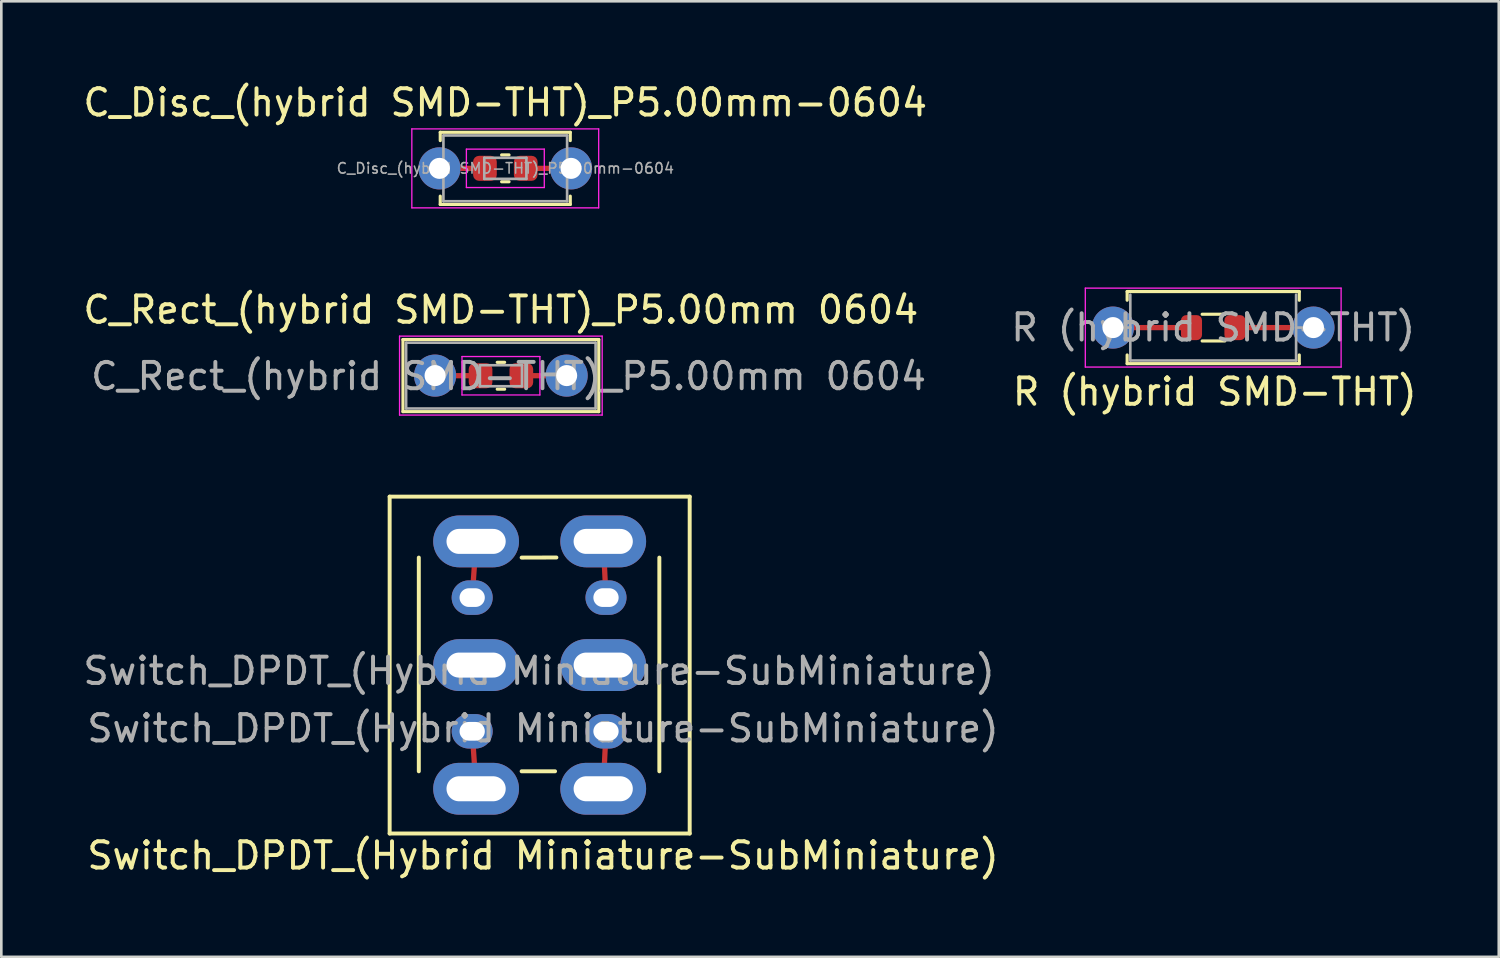
<source format=kicad_pcb>
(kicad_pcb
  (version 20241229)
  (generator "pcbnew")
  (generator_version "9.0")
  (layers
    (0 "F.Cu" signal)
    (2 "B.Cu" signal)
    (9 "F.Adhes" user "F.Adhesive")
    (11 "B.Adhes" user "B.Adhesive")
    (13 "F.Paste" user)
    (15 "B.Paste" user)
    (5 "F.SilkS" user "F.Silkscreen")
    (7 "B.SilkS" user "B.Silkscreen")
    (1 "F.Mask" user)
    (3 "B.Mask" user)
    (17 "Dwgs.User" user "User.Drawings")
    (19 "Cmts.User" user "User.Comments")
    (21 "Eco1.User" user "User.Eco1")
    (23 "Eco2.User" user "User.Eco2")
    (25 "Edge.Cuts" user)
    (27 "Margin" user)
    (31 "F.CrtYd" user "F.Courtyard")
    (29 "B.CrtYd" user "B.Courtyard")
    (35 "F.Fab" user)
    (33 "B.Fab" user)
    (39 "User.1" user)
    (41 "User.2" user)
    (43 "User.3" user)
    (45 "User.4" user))
  (footprint "Switch_DPDT_(Hybrid Miniature-SubMiniature)"
    (layer "F.Cu")
    (at 15.044 26.922)
    (property "Reference" "Switch_DPDT_(Hybrid Miniature-SubMiniature)" (at 2.54 2.54 180) (layer "F.SilkS") (effects (font (size 1 1) (thickness 0.15))))
    (attr through_hole)
    (fp_line (start -0.152 -7.264) (end -0.003 -9.4) (stroke (width 0.2) (type solid)) (layer "F.Cu"))
    (fp_line (start -0.003 0) (end -0.152 -2.184) (stroke (width 0.2) (type solid)) (layer "F.Cu"))
    (fp_line (start 4.827 0) (end 4.933 -2.184) (stroke (width 0.2) (type solid)) (layer "F.Cu"))
    (fp_line (start 4.933 -7.264) (end 4.827 -9.4) (stroke (width 0.2) (type solid)) (layer "F.Cu"))
    (fp_line (start -3.288 -11.1) (end -3.288 1.7) (stroke (width 0.15) (type solid)) (layer "F.SilkS"))
    (fp_line (start -3.288 -11.1) (end 8.113 -11.1) (stroke (width 0.15) (type solid)) (layer "F.SilkS"))
    (fp_line (start -3.288 1.7) (end 8.113 1.7) (stroke (width 0.15) (type solid)) (layer "F.SilkS"))
    (fp_line (start -2.18 -8.784) (end -2.18 -0.664) (stroke (width 0.15) (type solid)) (layer "F.SilkS"))
    (fp_line (start 1.727 -8.784) (end 3.048 -8.788) (stroke (width 0.15) (type solid)) (layer "F.SilkS"))
    (fp_line (start 1.727 -0.664) (end 2.997 -0.664) (stroke (width 0.15) (type solid)) (layer "F.SilkS"))
    (fp_line (start 6.96 -8.784) (end 6.96 -0.664) (stroke (width 0.15) (type solid)) (layer "F.SilkS"))
    (fp_line (start 8.113 -11.1) (end 8.113 1.7) (stroke (width 0.15) (type solid)) (layer "F.SilkS"))
    (fp_text user "${REFERENCE}" (at 2.39 -4.476 180) (layer "F.Fab") (effects (font (size 1 1) (thickness 0.15))))
    (fp_text user "${REFERENCE}" (at 2.54 -2.291 180) (layer "F.Fab") (effects (font (size 1 1) (thickness 0.15))))
    (pad "1" thru_hole oval (at -0.152 -2.184 90) (size 1.31 1.56) (drill oval 0.71 0.96) (layers "*.Cu" "*.Mask"))
    (pad "1" thru_hole oval (at -0.003 0 90) (size 1.97 3.26) (drill oval 0.95 2.25) (layers "*.Cu" "*.Mask"))
    (pad "2" thru_hole oval (at -0.003 -4.7 90) (size 1.97 3.26) (drill oval 0.95 2.25) (layers "*.Cu" "*.Mask"))
    (pad "3" thru_hole oval (at -0.152 -7.264 90) (size 1.31 1.56) (drill oval 0.71 0.96) (layers "*.Cu" "*.Mask"))
    (pad "3" thru_hole oval (at -0.003 -9.4 90) (size 1.97 3.26) (drill oval 0.95 2.25) (layers "*.Cu" "*.Mask"))
    (pad "4" thru_hole oval (at 4.827 0 90) (size 1.97 3.26) (drill oval 0.95 2.25) (layers "*.Cu" "*.Mask"))
    (pad "4" thru_hole oval (at 4.933 -2.184 90) (size 1.31 1.56) (drill oval 0.71 0.96) (layers "*.Cu" "*.Mask"))
    (pad "5" thru_hole oval (at 4.827 -4.7 90) (size 1.97 3.26) (drill oval 0.95 2.25) (layers "*.Cu" "*.Mask"))
    (pad "6" thru_hole oval (at 4.827 -9.4 90) (size 1.97 3.26) (drill oval 0.95 2.25) (layers "*.Cu" "*.Mask"))
    (pad "6" thru_hole oval (at 4.933 -7.264 90) (size 1.31 1.56) (drill oval 0.71 0.96) (layers "*.Cu" "*.Mask")))
  (footprint "C_Disc_(hybrid SMD-THT)_P5.00mm-0604"
    (layer "F.Cu")
    (at 13.649 3.348)
    (property "Reference" "C_Disc_(hybrid SMD-THT)_P5.00mm-0604" (at 2.5 -2.5 0) (layer "F.SilkS") (effects (font (size 1 1) (thickness 0.15))))
    (attr through_hole)
    (fp_line (start 0 0) (end 1.728 -0.002) (stroke (width 0.2) (type solid)) (layer "F.Cu"))
    (fp_line (start 3.278 -0.002) (end 5 0) (stroke (width 0.2) (type solid)) (layer "F.Cu"))
    (fp_line (start 0.03 -1.37) (end 0.03 -1.055) (stroke (width 0.12) (type solid)) (layer "F.SilkS"))
    (fp_line (start 0.03 -1.37) (end 4.97 -1.37) (stroke (width 0.12) (type solid)) (layer "F.SilkS"))
    (fp_line (start 0.03 1.055) (end 0.03 1.37) (stroke (width 0.12) (type solid)) (layer "F.SilkS"))
    (fp_line (start 0.03 1.37) (end 4.97 1.37) (stroke (width 0.12) (type solid)) (layer "F.SilkS"))
    (fp_line (start 2.362 -0.512) (end 2.643 -0.512) (stroke (width 0.12) (type solid)) (layer "F.SilkS"))
    (fp_line (start 2.362 0.508) (end 2.643 0.508) (stroke (width 0.12) (type solid)) (layer "F.SilkS"))
    (fp_line (start 4.97 -1.37) (end 4.97 -1.055) (stroke (width 0.12) (type solid)) (layer "F.SilkS"))
    (fp_line (start 4.97 1.055) (end 4.97 1.37) (stroke (width 0.12) (type solid)) (layer "F.SilkS"))
    (fp_line (start -1.05 -1.5) (end -1.05 1.5) (stroke (width 0.05) (type solid)) (layer "F.CrtYd"))
    (fp_line (start -1.05 1.5) (end 6.05 1.5) (stroke (width 0.05) (type solid)) (layer "F.CrtYd"))
    (fp_line (start 1.023 -0.732) (end 3.983 -0.732) (stroke (width 0.05) (type solid)) (layer "F.CrtYd"))
    (fp_line (start 1.023 0.728) (end 1.023 -0.732) (stroke (width 0.05) (type solid)) (layer "F.CrtYd"))
    (fp_line (start 3.983 -0.732) (end 3.983 0.728) (stroke (width 0.05) (type solid)) (layer "F.CrtYd"))
    (fp_line (start 3.983 0.728) (end 1.023 0.728) (stroke (width 0.05) (type solid)) (layer "F.CrtYd"))
    (fp_line (start 6.05 -1.5) (end -1.05 -1.5) (stroke (width 0.05) (type solid)) (layer "F.CrtYd"))
    (fp_line (start 6.05 1.5) (end 6.05 -1.5) (stroke (width 0.05) (type solid)) (layer "F.CrtYd"))
    (fp_line (start 0.15 -1.25) (end 0.15 1.25) (stroke (width 0.1) (type solid)) (layer "F.Fab"))
    (fp_line (start 0.15 1.25) (end 4.85 1.25) (stroke (width 0.1) (type solid)) (layer "F.Fab"))
    (fp_line (start 1.703 -0.402) (end 3.303 -0.402) (stroke (width 0.1) (type solid)) (layer "F.Fab"))
    (fp_line (start 1.703 0.398) (end 1.703 -0.402) (stroke (width 0.1) (type solid)) (layer "F.Fab"))
    (fp_line (start 3.303 -0.402) (end 3.303 0.398) (stroke (width 0.1) (type solid)) (layer "F.Fab"))
    (fp_line (start 3.303 0.398) (end 1.703 0.398) (stroke (width 0.1) (type solid)) (layer "F.Fab"))
    (fp_line (start 4.85 -1.25) (end 0.15 -1.25) (stroke (width 0.1) (type solid)) (layer "F.Fab"))
    (fp_line (start 4.85 1.25) (end 4.85 -1.25) (stroke (width 0.1) (type solid)) (layer "F.Fab"))
    (fp_text user "${REFERENCE}" (at 2.503 -0.002 0) (layer "F.Fab") (effects (font (size 0.4 0.4) (thickness 0.06))))
    (pad "1" thru_hole circle (at 0 0) (size 1.6 1.6) (drill 0.8) (layers "*.Cu" "*.Mask"))
    (pad "1" smd roundrect (at 1.728 -0.002) (size 0.9 0.95) (layers "F.Cu" "F.Mask" "F.Paste") (roundrect_rratio 0.25))
    (pad "2" smd roundrect (at 3.278 -0.002) (size 0.9 0.95) (layers "F.Cu" "F.Mask" "F.Paste") (roundrect_rratio 0.25))
    (pad "2" thru_hole circle (at 5 0) (size 1.6 1.6) (drill 0.8) (layers "*.Cu" "*.Mask")))
  (footprint "R (hybrid SMD-THT)"
    (layer "F.Cu")
    (at 39.24 9.398)
    (property "Reference" "R (hybrid SMD-THT)" (at 3.869 2.44 0) (unlocked yes) (layer "F.SilkS") (effects (font (size 1 1) (thickness 0.15))))
    (attr through_hole)
    (fp_line (start 0.54 -1.37) (end 7.08 -1.37) (stroke (width 0.12) (type solid)) (layer "F.SilkS"))
    (fp_line (start 0.54 -1.04) (end 0.54 -1.37) (stroke (width 0.12) (type solid)) (layer "F.SilkS"))
    (fp_line (start 0.54 1.04) (end 0.54 1.37) (stroke (width 0.12) (type solid)) (layer "F.SilkS"))
    (fp_line (start 0.54 1.37) (end 7.08 1.37) (stroke (width 0.12) (type solid)) (layer "F.SilkS"))
    (fp_line (start 3.39 -0.507) (end 4.25 -0.507) (stroke (width 0.12) (type solid)) (layer "F.SilkS"))
    (fp_line (start 3.39 0.509) (end 4.25 0.509) (stroke (width 0.12) (type solid)) (layer "F.SilkS"))
    (fp_line (start 7.08 -1.37) (end 7.08 -1.04) (stroke (width 0.12) (type solid)) (layer "F.SilkS"))
    (fp_line (start 7.08 1.37) (end 7.08 1.04) (stroke (width 0.12) (type solid)) (layer "F.SilkS"))
    (fp_line (start -1.05 -1.5) (end -1.05 1.5) (stroke (width 0.05) (type solid)) (layer "F.CrtYd"))
    (fp_line (start -1.05 1.5) (end 8.67 1.5) (stroke (width 0.05) (type solid)) (layer "F.CrtYd"))
    (fp_line (start 8.67 -1.5) (end -1.05 -1.5) (stroke (width 0.05) (type solid)) (layer "F.CrtYd"))
    (fp_line (start 8.67 1.5) (end 8.67 -1.5) (stroke (width 0.05) (type solid)) (layer "F.CrtYd"))
    (fp_line (start 0 0) (end 0.66 0) (stroke (width 0.1) (type solid)) (layer "F.Fab"))
    (fp_line (start 0.66 -1.25) (end 0.66 1.25) (stroke (width 0.1) (type solid)) (layer "F.Fab"))
    (fp_line (start 0.66 1.25) (end 6.96 1.25) (stroke (width 0.1) (type solid)) (layer "F.Fab"))
    (fp_line (start 6.96 1.25) (end 6.96 -1.25) (stroke (width 0.1) (type solid)) (layer "F.Fab"))
    (fp_line (start 7.62 0) (end 6.96 0) (stroke (width 0.1) (type solid)) (layer "F.Fab"))
    (fp_text user "${REFERENCE}" (at 3.81 0 0) (layer "F.Fab") (effects (font (size 1 1) (thickness 0.15))))
    (pad "1" thru_hole circle (at 0 0) (size 1.6 1.6) (drill 0.8) (layers "*.Cu" "*.Mask"))
    (pad "1" smd rect (at 1.676 0) (size 2 0.2) (layers "F.Cu"))
    (pad "1" smd custom (at 2.985 0.001) (size 0.8 0.8) (layers "F.Cu" "F.Mask" "F.Paste") (options (anchor circle)) (primitives (gr_poly (pts (xy -0.4 -0.275) (xy -0.385 -0.352) (xy -0.341 -0.416) (xy -0.277 -0.46) (xy -0.2 -0.475) (xy 0.2 -0.475) (xy 0.277 -0.46) (xy 0.341 -0.416) (xy 0.385 -0.352) (xy 0.4 -0.275) (xy 0.4 0.275) (xy 0.385 0.352) (xy 0.341 0.416) (xy 0.277 0.46) (xy 0.2 0.475) (xy -0.2 0.475) (xy -0.277 0.46) (xy -0.341 0.416) (xy -0.385 0.352) (xy -0.4 0.275)) (width 0) (fill yes))))
    (pad "2" smd roundrect (at 4.635 0.001) (size 0.8 0.95) (layers "F.Cu" "F.Mask" "F.Paste") (roundrect_rratio 0.25))
    (pad "2" smd rect (at 5.918 0) (size 2 0.2) (layers "F.Cu"))
    (pad "2" thru_hole oval (at 7.62 0) (size 1.6 1.6) (drill 0.8) (layers "*.Cu" "*.Mask")))
  (footprint "C_Rect_(hybrid SMD-THT)_P5.00mm 0604"
    (layer "F.Cu")
    (at 13.482 11.222)
    (property "Reference" "C_Rect_(hybrid SMD-THT)_P5.00mm 0604" (at 2.5 -2.5 0) (layer "F.SilkS") (effects (font (size 1 1) (thickness 0.15))))
    (attr through_hole)
    (fp_line (start 1.728 0.006) (end 0 0) (stroke (width 0.2) (type solid)) (layer "F.Cu"))
    (fp_line (start 3.278 0.006) (end 5 0) (stroke (width 0.2) (type solid)) (layer "F.Cu"))
    (fp_line (start -1.22 -1.37) (end -1.22 1.37) (stroke (width 0.12) (type solid)) (layer "F.SilkS"))
    (fp_line (start -1.22 -1.37) (end 6.22 -1.37) (stroke (width 0.12) (type solid)) (layer "F.SilkS"))
    (fp_line (start -1.22 1.37) (end 6.22 1.37) (stroke (width 0.12) (type solid)) (layer "F.SilkS"))
    (fp_line (start 2.362 -0.504) (end 2.643 -0.504) (stroke (width 0.12) (type solid)) (layer "F.SilkS"))
    (fp_line (start 2.362 0.516) (end 2.643 0.516) (stroke (width 0.12) (type solid)) (layer "F.SilkS"))
    (fp_line (start 6.22 -1.37) (end 6.22 1.37) (stroke (width 0.12) (type solid)) (layer "F.SilkS"))
    (fp_line (start -1.35 -1.5) (end -1.35 1.5) (stroke (width 0.05) (type solid)) (layer "F.CrtYd"))
    (fp_line (start -1.35 1.5) (end 6.35 1.5) (stroke (width 0.05) (type solid)) (layer "F.CrtYd"))
    (fp_line (start 1.023 -0.724) (end 3.983 -0.724) (stroke (width 0.05) (type solid)) (layer "F.CrtYd"))
    (fp_line (start 1.023 0.736) (end 1.023 -0.724) (stroke (width 0.05) (type solid)) (layer "F.CrtYd"))
    (fp_line (start 3.983 -0.724) (end 3.983 0.736) (stroke (width 0.05) (type solid)) (layer "F.CrtYd"))
    (fp_line (start 3.983 0.736) (end 1.023 0.736) (stroke (width 0.05) (type solid)) (layer "F.CrtYd"))
    (fp_line (start 6.35 -1.5) (end -1.35 -1.5) (stroke (width 0.05) (type solid)) (layer "F.CrtYd"))
    (fp_line (start 6.35 1.5) (end 6.35 -1.5) (stroke (width 0.05) (type solid)) (layer "F.CrtYd"))
    (fp_line (start -1.1 -1.25) (end -1.1 1.25) (stroke (width 0.1) (type solid)) (layer "F.Fab"))
    (fp_line (start -1.1 1.25) (end 6.1 1.25) (stroke (width 0.1) (type solid)) (layer "F.Fab"))
    (fp_line (start 1.703 -0.394) (end 3.303 -0.394) (stroke (width 0.1) (type solid)) (layer "F.Fab"))
    (fp_line (start 1.703 0.406) (end 1.703 -0.394) (stroke (width 0.1) (type solid)) (layer "F.Fab"))
    (fp_line (start 3.303 -0.394) (end 3.303 0.406) (stroke (width 0.1) (type solid)) (layer "F.Fab"))
    (fp_line (start 3.303 0.406) (end 1.703 0.406) (stroke (width 0.1) (type solid)) (layer "F.Fab"))
    (fp_line (start 6.1 -1.25) (end -1.1 -1.25) (stroke (width 0.1) (type solid)) (layer "F.Fab"))
    (fp_line (start 6.1 1.25) (end 6.1 -1.25) (stroke (width 0.1) (type solid)) (layer "F.Fab"))
    (fp_text user "${REFERENCE}" (at 2.794 0.025 0) (layer "F.Fab") (effects (font (size 1 1) (thickness 0.15))))
    (pad "1" thru_hole circle (at 0 0) (size 1.6 1.6) (drill 0.8) (layers "*.Cu" "*.Mask"))
    (pad "1" smd roundrect (at 1.728 0.006) (size 0.9 0.95) (layers "F.Cu" "F.Mask" "F.Paste") (roundrect_rratio 0.25))
    (pad "2" smd roundrect (at 3.278 0.006) (size 0.9 0.95) (layers "F.Cu" "F.Mask" "F.Paste") (roundrect_rratio 0.25))
    (pad "2" thru_hole circle (at 5 0) (size 1.6 1.6) (drill 0.8) (layers "*.Cu" "*.Mask")))
  (gr_rect
    (start -3 -3)
    (end 53.901 33.31)
    (stroke (width 0.1) (type default))
    (fill no)
    (layer "Edge.Cuts")))
</source>
